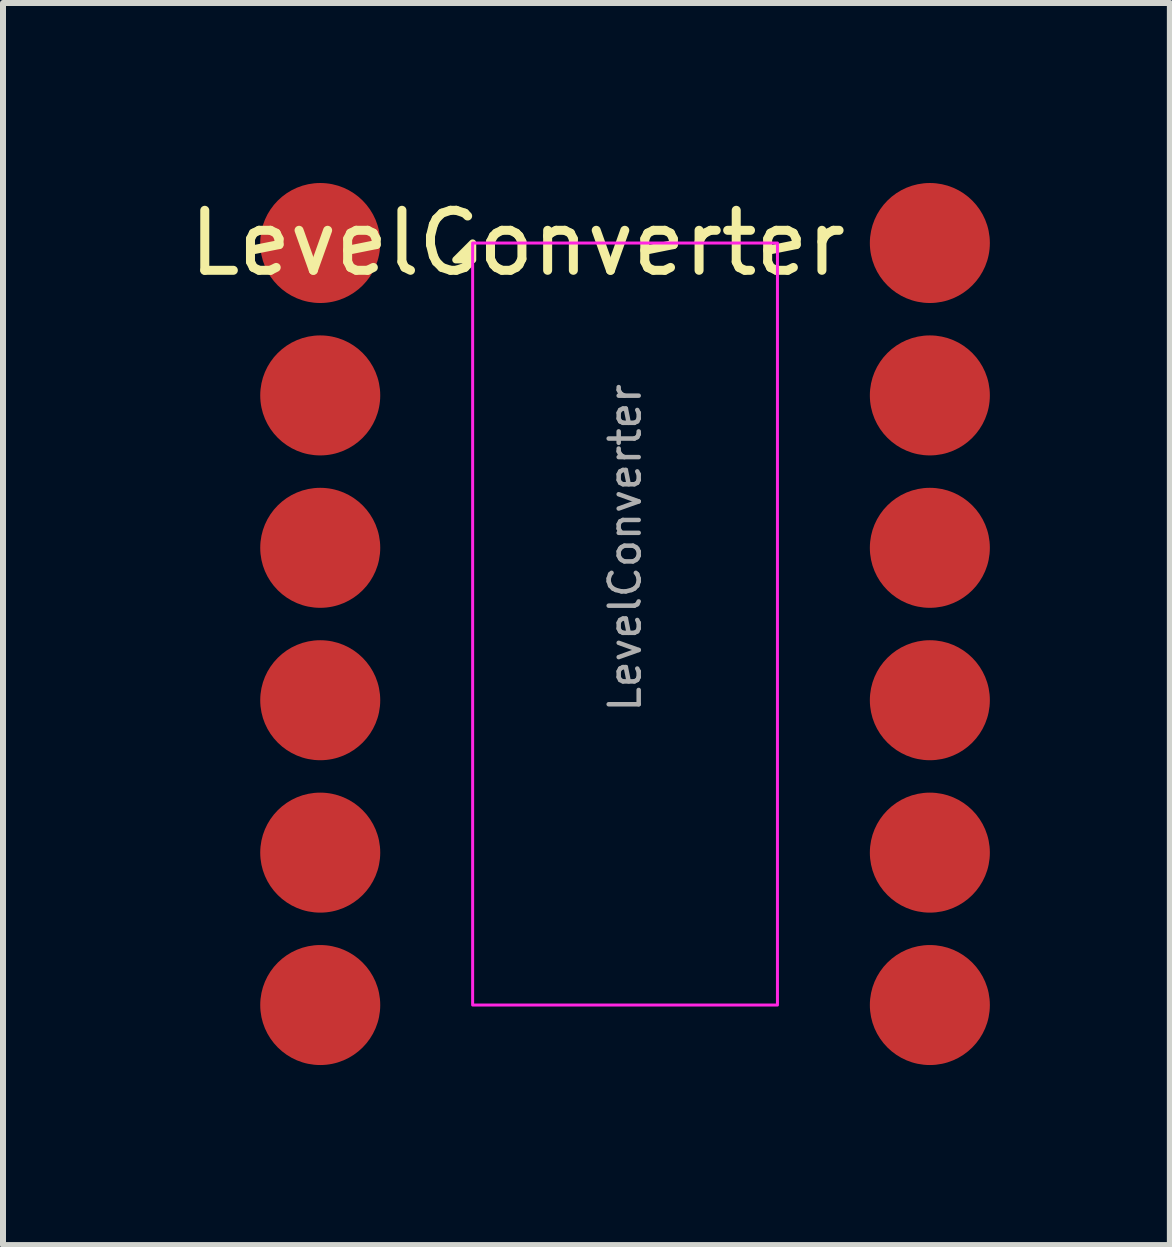
<source format=kicad_pcb>
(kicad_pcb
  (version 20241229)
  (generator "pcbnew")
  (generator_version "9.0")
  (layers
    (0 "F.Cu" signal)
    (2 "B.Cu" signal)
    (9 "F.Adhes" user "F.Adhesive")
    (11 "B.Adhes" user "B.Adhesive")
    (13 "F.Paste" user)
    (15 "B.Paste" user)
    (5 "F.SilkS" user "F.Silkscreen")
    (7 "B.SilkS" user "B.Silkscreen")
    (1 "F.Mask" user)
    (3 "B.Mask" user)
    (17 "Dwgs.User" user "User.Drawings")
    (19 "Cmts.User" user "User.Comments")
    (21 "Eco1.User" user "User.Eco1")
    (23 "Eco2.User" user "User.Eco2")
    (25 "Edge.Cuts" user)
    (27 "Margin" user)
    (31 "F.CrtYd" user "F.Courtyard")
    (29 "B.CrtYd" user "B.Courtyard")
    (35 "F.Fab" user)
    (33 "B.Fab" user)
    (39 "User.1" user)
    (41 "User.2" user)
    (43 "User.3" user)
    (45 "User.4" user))
  (footprint "LevelConverter"
    (layer "F.Cu")
    (at 7.367 6.08)
    (property "Reference" "LevelConverter" (at -1.79 -5.08 0) (layer "F.SilkS") (effects (font (size 1 1) (thickness 0.15))))
    (attr smd)
    (fp_poly (pts (xy -2.54 -4.8) (xy -2.82 -4.8) (xy -2.54 -5.08) (xy -2.54 -4.8)) (stroke (width 0.12) (type solid)) (fill yes) (layer "F.SilkS"))
    (fp_rect (start -2.54 -5.08) (end 2.54 7.62) (stroke (width 0.05) (type default)) (fill no) (layer "F.CrtYd"))
    (fp_text user "${REFERENCE}" (at 0 0 90) (layer "F.Fab") (effects (font (size 0.5 0.5) (thickness 0.075))))
    (pad "1" smd circle (at -5.08 -5.08 270) (size 2 2) (layers "F.Cu" "F.Mask" "F.Paste"))
    (pad "2" smd circle (at -5.08 -2.54 270) (size 2 2) (layers "F.Cu" "F.Mask" "F.Paste"))
    (pad "3" smd circle (at -5.08 0 270) (size 2 2) (layers "F.Cu" "F.Mask" "F.Paste"))
    (pad "4" smd circle (at -5.08 2.54 270) (size 2 2) (layers "F.Cu" "F.Mask" "F.Paste"))
    (pad "5" smd circle (at -5.08 5.08 270) (size 2 2) (layers "F.Cu" "F.Mask" "F.Paste"))
    (pad "6" smd circle (at -5.08 7.62 270) (size 2 2) (layers "F.Cu" "F.Mask" "F.Paste"))
    (pad "7" smd circle (at 5.08 -5.08 270) (size 2 2) (layers "F.Cu" "F.Mask" "F.Paste"))
    (pad "8" smd circle (at 5.08 -2.54 270) (size 2 2) (layers "F.Cu" "F.Mask" "F.Paste"))
    (pad "9" smd circle (at 5.08 0 270) (size 2 2) (layers "F.Cu" "F.Mask" "F.Paste"))
    (pad "10" smd circle (at 5.08 2.54 270) (size 2 2) (layers "F.Cu" "F.Mask" "F.Paste"))
    (pad "11" smd circle (at 5.08 5.08) (size 2 2) (layers "F.Cu" "F.Mask" "F.Paste"))
    (pad "12" smd circle (at 5.08 7.62) (size 2 2) (layers "F.Cu" "F.Mask" "F.Paste")))
  (gr_rect
    (start -3 -3)
    (end 16.447 17.7)
    (stroke (width 0.1) (type default))
    (fill no)
    (layer "Edge.Cuts")))
</source>
